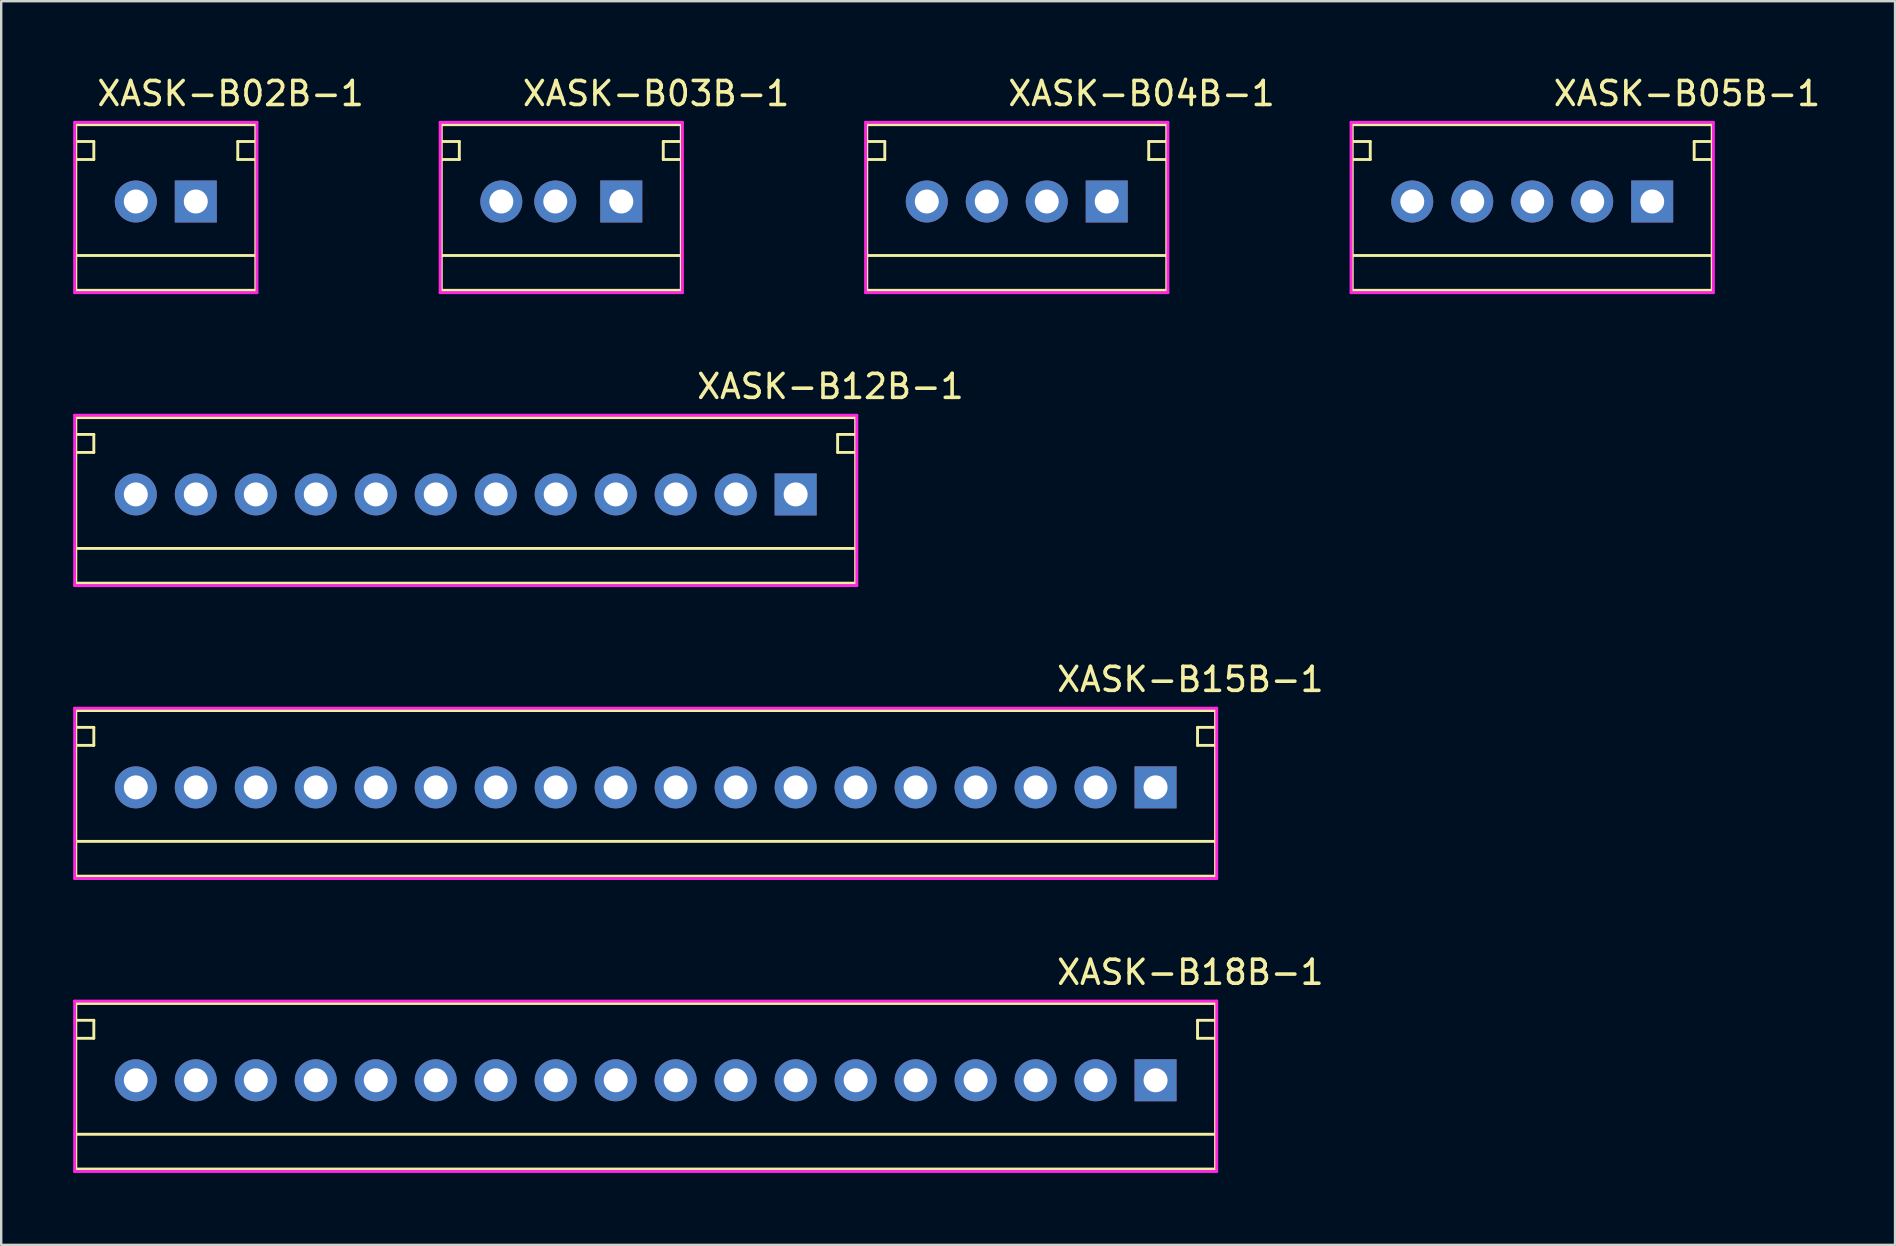
<source format=kicad_pcb>
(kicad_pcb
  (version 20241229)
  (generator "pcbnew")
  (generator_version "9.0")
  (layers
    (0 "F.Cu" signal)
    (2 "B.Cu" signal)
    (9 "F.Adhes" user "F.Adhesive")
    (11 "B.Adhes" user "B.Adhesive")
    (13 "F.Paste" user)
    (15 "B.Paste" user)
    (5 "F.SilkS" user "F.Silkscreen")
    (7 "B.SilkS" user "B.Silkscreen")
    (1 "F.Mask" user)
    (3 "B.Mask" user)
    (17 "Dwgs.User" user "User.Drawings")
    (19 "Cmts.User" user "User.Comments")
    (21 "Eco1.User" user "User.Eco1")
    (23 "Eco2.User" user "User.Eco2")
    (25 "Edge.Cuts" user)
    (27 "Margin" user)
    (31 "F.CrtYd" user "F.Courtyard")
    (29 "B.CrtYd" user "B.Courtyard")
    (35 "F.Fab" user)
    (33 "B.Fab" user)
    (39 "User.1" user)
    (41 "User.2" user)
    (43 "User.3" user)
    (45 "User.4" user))
  (footprint "XASK-B04B-1"
    (layer "F.Cu")
    (at 41.825 5.348)
    (property "Reference" "XASK-B04B-1" (at 2.7 -4.5 0) (layer "F.SilkS") (effects (font (size 1 1) (thickness 0.15))))
    (attr through_hole)
    (fp_line (start -8.75 -3.2) (end 3.75 -3.2) (stroke (width 0.12) (type solid)) (layer "F.SilkS"))
    (fp_line (start -8.75 -2.5) (end -8 -2.5) (stroke (width 0.12) (type solid)) (layer "F.SilkS"))
    (fp_line (start -8.75 2.25) (end 3.75 2.25) (stroke (width 0.12) (type solid)) (layer "F.SilkS"))
    (fp_line (start -8.75 3.7) (end -8.75 -3.2) (stroke (width 0.12) (type solid)) (layer "F.SilkS"))
    (fp_line (start -8.75 3.7) (end 3.75 3.7) (stroke (width 0.12) (type solid)) (layer "F.SilkS"))
    (fp_line (start -8 -2.5) (end -8 -1.75) (stroke (width 0.12) (type solid)) (layer "F.SilkS"))
    (fp_line (start -8 -1.75) (end -8.75 -1.75) (stroke (width 0.12) (type solid)) (layer "F.SilkS"))
    (fp_line (start 3 -2.5) (end 3 -1.75) (stroke (width 0.12) (type solid)) (layer "F.SilkS"))
    (fp_line (start 3 -1.75) (end 3.75 -1.75) (stroke (width 0.12) (type solid)) (layer "F.SilkS"))
    (fp_line (start 3.75 -2.5) (end 3 -2.5) (stroke (width 0.12) (type solid)) (layer "F.SilkS"))
    (fp_line (start 3.75 3.7) (end 3.75 -3.2) (stroke (width 0.12) (type solid)) (layer "F.SilkS"))
    (fp_line (start -8.8 -3.3) (end 3.8 -3.3) (stroke (width 0.12) (type solid)) (layer "F.CrtYd"))
    (fp_line (start -8.8 3.8) (end -8.8 -3.3) (stroke (width 0.12) (type solid)) (layer "F.CrtYd"))
    (fp_line (start 3.8 -3.3) (end 3.8 3.8) (stroke (width 0.12) (type solid)) (layer "F.CrtYd"))
    (fp_line (start 3.8 3.8) (end -8.8 3.8) (stroke (width 0.12) (type solid)) (layer "F.CrtYd"))
    (pad "1" thru_hole rect (at 1.25 0) (size 1.75 1.75) (drill 1) (layers "*.Cu" "*.Mask"))
    (pad "2" thru_hole circle (at -1.25 0) (size 1.75 1.75) (drill 1) (layers "*.Cu" "*.Mask"))
    (pad "3" thru_hole circle (at -3.75 0) (size 1.75 1.75) (drill 1) (layers "*.Cu" "*.Mask"))
    (pad "4" thru_hole circle (at -6.25 0) (size 1.75 1.75) (drill 1) (layers "*.Cu" "*.Mask")))
  (footprint "XASK-B12B-1"
    (layer "F.Cu")
    (at 28.86 17.556)
    (property "Reference" "XASK-B12B-1" (at 2.7 -4.5 0) (layer "F.SilkS") (effects (font (size 1 1) (thickness 0.15))))
    (attr through_hole)
    (fp_line (start -28.75 -3.2) (end 3.75 -3.2) (stroke (width 0.12) (type solid)) (layer "F.SilkS"))
    (fp_line (start -28.75 -2.5) (end -28 -2.5) (stroke (width 0.12) (type solid)) (layer "F.SilkS"))
    (fp_line (start -28.75 2.25) (end 3.75 2.25) (stroke (width 0.12) (type solid)) (layer "F.SilkS"))
    (fp_line (start -28.75 3.7) (end -28.75 -3.2) (stroke (width 0.12) (type solid)) (layer "F.SilkS"))
    (fp_line (start -28.75 3.7) (end 3.75 3.7) (stroke (width 0.12) (type solid)) (layer "F.SilkS"))
    (fp_line (start -28 -2.5) (end -28 -1.75) (stroke (width 0.12) (type solid)) (layer "F.SilkS"))
    (fp_line (start -28 -1.75) (end -28.75 -1.75) (stroke (width 0.12) (type solid)) (layer "F.SilkS"))
    (fp_line (start 3 -2.5) (end 3 -1.75) (stroke (width 0.12) (type solid)) (layer "F.SilkS"))
    (fp_line (start 3 -1.75) (end 3.75 -1.75) (stroke (width 0.12) (type solid)) (layer "F.SilkS"))
    (fp_line (start 3.75 -2.5) (end 3 -2.5) (stroke (width 0.12) (type solid)) (layer "F.SilkS"))
    (fp_line (start 3.75 3.7) (end 3.75 -3.2) (stroke (width 0.12) (type solid)) (layer "F.SilkS"))
    (fp_line (start -28.8 -3.3) (end 3.8 -3.3) (stroke (width 0.12) (type solid)) (layer "F.CrtYd"))
    (fp_line (start -28.8 3.8) (end -28.8 -3.3) (stroke (width 0.12) (type solid)) (layer "F.CrtYd"))
    (fp_line (start 3.8 -3.3) (end 3.8 3.8) (stroke (width 0.12) (type solid)) (layer "F.CrtYd"))
    (fp_line (start 3.8 3.8) (end -28.8 3.8) (stroke (width 0.12) (type solid)) (layer "F.CrtYd"))
    (pad "1" thru_hole rect (at 1.25 0) (size 1.75 1.75) (drill 1) (layers "*.Cu" "*.Mask"))
    (pad "2" thru_hole circle (at -1.25 0) (size 1.75 1.75) (drill 1) (layers "*.Cu" "*.Mask"))
    (pad "3" thru_hole circle (at -3.75 0) (size 1.75 1.75) (drill 1) (layers "*.Cu" "*.Mask"))
    (pad "4" thru_hole circle (at -6.25 0) (size 1.75 1.75) (drill 1) (layers "*.Cu" "*.Mask"))
    (pad "5" thru_hole circle (at -8.75 0) (size 1.75 1.75) (drill 1) (layers "*.Cu" "*.Mask"))
    (pad "6" thru_hole circle (at -11.25 0) (size 1.75 1.75) (drill 1) (layers "*.Cu" "*.Mask"))
    (pad "7" thru_hole circle (at -13.75 0) (size 1.75 1.75) (drill 1) (layers "*.Cu" "*.Mask"))
    (pad "8" thru_hole circle (at -16.25 0) (size 1.75 1.75) (drill 1) (layers "*.Cu" "*.Mask"))
    (pad "9" thru_hole circle (at -18.75 0) (size 1.75 1.75) (drill 1) (layers "*.Cu" "*.Mask"))
    (pad "10" thru_hole circle (at -21.25 0) (size 1.75 1.75) (drill 1) (layers "*.Cu" "*.Mask"))
    (pad "11" thru_hole circle (at -23.75 0) (size 1.75 1.75) (drill 1) (layers "*.Cu" "*.Mask"))
    (pad "12" thru_hole circle (at -26.25 0) (size 1.75 1.75) (drill 1) (layers "*.Cu" "*.Mask")))
  (footprint "XASK-B18B-1"
    (layer "F.Cu")
    (at 43.86 41.973)
    (property "Reference" "XASK-B18B-1" (at 2.7 -4.5 0) (layer "F.SilkS") (effects (font (size 1 1) (thickness 0.15))))
    (attr through_hole)
    (fp_line (start -43.75 -3.2) (end 3.75 -3.2) (stroke (width 0.12) (type solid)) (layer "F.SilkS"))
    (fp_line (start -43.75 -2.5) (end -43 -2.5) (stroke (width 0.12) (type solid)) (layer "F.SilkS"))
    (fp_line (start -43.75 2.25) (end 3.75 2.25) (stroke (width 0.12) (type solid)) (layer "F.SilkS"))
    (fp_line (start -43.75 3.7) (end -43.75 -3.2) (stroke (width 0.12) (type solid)) (layer "F.SilkS"))
    (fp_line (start -43.75 3.7) (end 3.75 3.7) (stroke (width 0.12) (type solid)) (layer "F.SilkS"))
    (fp_line (start -43 -2.5) (end -43 -1.75) (stroke (width 0.12) (type solid)) (layer "F.SilkS"))
    (fp_line (start -43 -1.75) (end -43.75 -1.75) (stroke (width 0.12) (type solid)) (layer "F.SilkS"))
    (fp_line (start 3 -2.5) (end 3 -1.75) (stroke (width 0.12) (type solid)) (layer "F.SilkS"))
    (fp_line (start 3 -1.75) (end 3.75 -1.75) (stroke (width 0.12) (type solid)) (layer "F.SilkS"))
    (fp_line (start 3.75 -2.5) (end 3 -2.5) (stroke (width 0.12) (type solid)) (layer "F.SilkS"))
    (fp_line (start 3.75 3.7) (end 3.75 -3.2) (stroke (width 0.12) (type solid)) (layer "F.SilkS"))
    (fp_line (start -43.8 -3.3) (end 3.8 -3.3) (stroke (width 0.12) (type solid)) (layer "F.CrtYd"))
    (fp_line (start -43.8 3.8) (end -43.8 -3.3) (stroke (width 0.12) (type solid)) (layer "F.CrtYd"))
    (fp_line (start 3.8 -3.3) (end 3.8 3.8) (stroke (width 0.12) (type solid)) (layer "F.CrtYd"))
    (fp_line (start 3.8 3.8) (end -43.8 3.8) (stroke (width 0.12) (type solid)) (layer "F.CrtYd"))
    (pad "1" thru_hole rect (at 1.25 0) (size 1.75 1.75) (drill 1) (layers "*.Cu" "*.Mask"))
    (pad "2" thru_hole circle (at -1.25 0) (size 1.75 1.75) (drill 1) (layers "*.Cu" "*.Mask"))
    (pad "3" thru_hole circle (at -3.75 0) (size 1.75 1.75) (drill 1) (layers "*.Cu" "*.Mask"))
    (pad "4" thru_hole circle (at -6.25 0) (size 1.75 1.75) (drill 1) (layers "*.Cu" "*.Mask"))
    (pad "5" thru_hole circle (at -8.75 0) (size 1.75 1.75) (drill 1) (layers "*.Cu" "*.Mask"))
    (pad "6" thru_hole circle (at -11.25 0) (size 1.75 1.75) (drill 1) (layers "*.Cu" "*.Mask"))
    (pad "7" thru_hole circle (at -13.75 0) (size 1.75 1.75) (drill 1) (layers "*.Cu" "*.Mask"))
    (pad "8" thru_hole circle (at -16.25 0) (size 1.75 1.75) (drill 1) (layers "*.Cu" "*.Mask"))
    (pad "9" thru_hole circle (at -18.75 0) (size 1.75 1.75) (drill 1) (layers "*.Cu" "*.Mask"))
    (pad "10" thru_hole circle (at -21.25 0) (size 1.75 1.75) (drill 1) (layers "*.Cu" "*.Mask"))
    (pad "11" thru_hole circle (at -23.75 0) (size 1.75 1.75) (drill 1) (layers "*.Cu" "*.Mask"))
    (pad "12" thru_hole circle (at -26.25 0) (size 1.75 1.75) (drill 1) (layers "*.Cu" "*.Mask"))
    (pad "13" thru_hole circle (at -28.75 0) (size 1.75 1.75) (drill 1) (layers "*.Cu" "*.Mask"))
    (pad "14" thru_hole circle (at -31.25 0) (size 1.75 1.75) (drill 1) (layers "*.Cu" "*.Mask"))
    (pad "15" thru_hole circle (at -33.75 0) (size 1.75 1.75) (drill 1) (layers "*.Cu" "*.Mask"))
    (pad "16" thru_hole circle (at -36.25 0) (size 1.75 1.75) (drill 1) (layers "*.Cu" "*.Mask"))
    (pad "17" thru_hole circle (at -38.75 0) (size 1.75 1.75) (drill 1) (layers "*.Cu" "*.Mask"))
    (pad "18" thru_hole circle (at -41.25 0) (size 1.75 1.75) (drill 1) (layers "*.Cu" "*.Mask")))
  (footprint "XASK-B15B-1"
    (layer "F.Cu")
    (at 43.86 29.765)
    (property "Reference" "XASK-B15B-1" (at 2.7 -4.5 0) (layer "F.SilkS") (effects (font (size 1 1) (thickness 0.15))))
    (attr through_hole)
    (fp_line (start -43.75 -3.2) (end 3.75 -3.2) (stroke (width 0.12) (type solid)) (layer "F.SilkS"))
    (fp_line (start -43.75 -2.5) (end -43 -2.5) (stroke (width 0.12) (type solid)) (layer "F.SilkS"))
    (fp_line (start -43.75 2.25) (end 3.75 2.25) (stroke (width 0.12) (type solid)) (layer "F.SilkS"))
    (fp_line (start -43.75 3.7) (end -43.75 -3.2) (stroke (width 0.12) (type solid)) (layer "F.SilkS"))
    (fp_line (start -43.75 3.7) (end 3.75 3.7) (stroke (width 0.12) (type solid)) (layer "F.SilkS"))
    (fp_line (start -43 -2.5) (end -43 -1.75) (stroke (width 0.12) (type solid)) (layer "F.SilkS"))
    (fp_line (start -43 -1.75) (end -43.75 -1.75) (stroke (width 0.12) (type solid)) (layer "F.SilkS"))
    (fp_line (start 3 -2.5) (end 3 -1.75) (stroke (width 0.12) (type solid)) (layer "F.SilkS"))
    (fp_line (start 3 -1.75) (end 3.75 -1.75) (stroke (width 0.12) (type solid)) (layer "F.SilkS"))
    (fp_line (start 3.75 -2.5) (end 3 -2.5) (stroke (width 0.12) (type solid)) (layer "F.SilkS"))
    (fp_line (start 3.75 3.7) (end 3.75 -3.2) (stroke (width 0.12) (type solid)) (layer "F.SilkS"))
    (fp_line (start -43.8 -3.3) (end 3.8 -3.3) (stroke (width 0.12) (type solid)) (layer "F.CrtYd"))
    (fp_line (start -43.8 3.8) (end -43.8 -3.3) (stroke (width 0.12) (type solid)) (layer "F.CrtYd"))
    (fp_line (start 3.8 -3.3) (end 3.8 3.8) (stroke (width 0.12) (type solid)) (layer "F.CrtYd"))
    (fp_line (start 3.8 3.8) (end -43.8 3.8) (stroke (width 0.12) (type solid)) (layer "F.CrtYd"))
    (pad "1" thru_hole rect (at 1.25 0) (size 1.75 1.75) (drill 1) (layers "*.Cu" "*.Mask"))
    (pad "2" thru_hole circle (at -1.25 0) (size 1.75 1.75) (drill 1) (layers "*.Cu" "*.Mask"))
    (pad "3" thru_hole circle (at -3.75 0) (size 1.75 1.75) (drill 1) (layers "*.Cu" "*.Mask"))
    (pad "4" thru_hole circle (at -6.25 0) (size 1.75 1.75) (drill 1) (layers "*.Cu" "*.Mask"))
    (pad "5" thru_hole circle (at -8.75 0) (size 1.75 1.75) (drill 1) (layers "*.Cu" "*.Mask"))
    (pad "6" thru_hole circle (at -11.25 0) (size 1.75 1.75) (drill 1) (layers "*.Cu" "*.Mask"))
    (pad "7" thru_hole circle (at -13.75 0) (size 1.75 1.75) (drill 1) (layers "*.Cu" "*.Mask"))
    (pad "8" thru_hole circle (at -16.25 0) (size 1.75 1.75) (drill 1) (layers "*.Cu" "*.Mask"))
    (pad "9" thru_hole circle (at -18.75 0) (size 1.75 1.75) (drill 1) (layers "*.Cu" "*.Mask"))
    (pad "10" thru_hole circle (at -21.25 0) (size 1.75 1.75) (drill 1) (layers "*.Cu" "*.Mask"))
    (pad "11" thru_hole circle (at -23.75 0) (size 1.75 1.75) (drill 1) (layers "*.Cu" "*.Mask"))
    (pad "12" thru_hole circle (at -26.25 0) (size 1.75 1.75) (drill 1) (layers "*.Cu" "*.Mask"))
    (pad "13" thru_hole circle (at -28.75 0) (size 1.75 1.75) (drill 1) (layers "*.Cu" "*.Mask"))
    (pad "14" thru_hole circle (at -31.25 0) (size 1.75 1.75) (drill 1) (layers "*.Cu" "*.Mask"))
    (pad "15" thru_hole circle (at -33.75 0) (size 1.75 1.75) (drill 1) (layers "*.Cu" "*.Mask"))
    (pad "16" thru_hole circle (at -36.25 0) (size 1.75 1.75) (drill 1) (layers "*.Cu" "*.Mask"))
    (pad "17" thru_hole circle (at -38.75 0) (size 1.75 1.75) (drill 1) (layers "*.Cu" "*.Mask"))
    (pad "18" thru_hole circle (at -41.25 0) (size 1.75 1.75) (drill 1) (layers "*.Cu" "*.Mask")))
  (footprint "XASK-B02B-1"
    (layer "F.Cu")
    (at 3.86 5.348)
    (property "Reference" "XASK-B02B-1" (at 2.7 -4.5 0) (layer "F.SilkS") (effects (font (size 1 1) (thickness 0.15))))
    (attr through_hole)
    (fp_line (start -3.75 -3.2) (end 3.75 -3.2) (stroke (width 0.12) (type solid)) (layer "F.SilkS"))
    (fp_line (start -3.75 -2.5) (end -3 -2.5) (stroke (width 0.12) (type solid)) (layer "F.SilkS"))
    (fp_line (start -3.75 2.25) (end 3.75 2.25) (stroke (width 0.12) (type solid)) (layer "F.SilkS"))
    (fp_line (start -3.75 3.7) (end -3.75 -3.2) (stroke (width 0.12) (type solid)) (layer "F.SilkS"))
    (fp_line (start -3.75 3.7) (end 3.75 3.7) (stroke (width 0.12) (type solid)) (layer "F.SilkS"))
    (fp_line (start -3 -2.5) (end -3 -1.75) (stroke (width 0.12) (type solid)) (layer "F.SilkS"))
    (fp_line (start -3 -1.75) (end -3.75 -1.75) (stroke (width 0.12) (type solid)) (layer "F.SilkS"))
    (fp_line (start 3 -2.5) (end 3 -1.75) (stroke (width 0.12) (type solid)) (layer "F.SilkS"))
    (fp_line (start 3 -1.75) (end 3.75 -1.75) (stroke (width 0.12) (type solid)) (layer "F.SilkS"))
    (fp_line (start 3.75 -2.5) (end 3 -2.5) (stroke (width 0.12) (type solid)) (layer "F.SilkS"))
    (fp_line (start 3.75 3.7) (end 3.75 -3.2) (stroke (width 0.12) (type solid)) (layer "F.SilkS"))
    (fp_line (start -3.8 -3.3) (end 3.8 -3.3) (stroke (width 0.12) (type solid)) (layer "F.CrtYd"))
    (fp_line (start -3.8 3.8) (end -3.8 -3.3) (stroke (width 0.12) (type solid)) (layer "F.CrtYd"))
    (fp_line (start 3.8 -3.3) (end 3.8 3.8) (stroke (width 0.12) (type solid)) (layer "F.CrtYd"))
    (fp_line (start 3.8 3.8) (end -3.8 3.8) (stroke (width 0.12) (type solid)) (layer "F.CrtYd"))
    (pad "1" thru_hole rect (at 1.25 0) (size 1.75 1.75) (drill 1) (layers "*.Cu" "*.Mask"))
    (pad "2" thru_hole circle (at -1.25 0) (size 1.75 1.75) (drill 1) (layers "*.Cu" "*.Mask")))
  (footprint "XASK-B03B-1"
    (layer "F.Cu")
    (at 21.593 5.348)
    (property "Reference" "XASK-B03B-1" (at 2.7 -4.5 0) (layer "F.SilkS") (effects (font (size 1 1) (thickness 0.15))))
    (attr through_hole)
    (fp_line (start -6.25 -3.2) (end 3.75 -3.2) (stroke (width 0.12) (type solid)) (layer "F.SilkS"))
    (fp_line (start -6.25 -2.5) (end -5.5 -2.5) (stroke (width 0.12) (type solid)) (layer "F.SilkS"))
    (fp_line (start -6.25 2.25) (end 3.75 2.25) (stroke (width 0.12) (type solid)) (layer "F.SilkS"))
    (fp_line (start -6.25 3.7) (end -6.25 -3.2) (stroke (width 0.12) (type solid)) (layer "F.SilkS"))
    (fp_line (start -6.25 3.7) (end 3.75 3.7) (stroke (width 0.12) (type solid)) (layer "F.SilkS"))
    (fp_line (start -5.5 -2.5) (end -5.5 -1.75) (stroke (width 0.12) (type solid)) (layer "F.SilkS"))
    (fp_line (start -5.5 -1.75) (end -6.25 -1.75) (stroke (width 0.12) (type solid)) (layer "F.SilkS"))
    (fp_line (start 3 -2.5) (end 3 -1.75) (stroke (width 0.12) (type solid)) (layer "F.SilkS"))
    (fp_line (start 3 -1.75) (end 3.75 -1.75) (stroke (width 0.12) (type solid)) (layer "F.SilkS"))
    (fp_line (start 3.75 -2.5) (end 3 -2.5) (stroke (width 0.12) (type solid)) (layer "F.SilkS"))
    (fp_line (start 3.75 3.7) (end 3.75 -3.2) (stroke (width 0.12) (type solid)) (layer "F.SilkS"))
    (fp_line (start -6.3 -3.3) (end 3.8 -3.3) (stroke (width 0.12) (type solid)) (layer "F.CrtYd"))
    (fp_line (start -6.3 3.8) (end -6.3 -3.3) (stroke (width 0.12) (type solid)) (layer "F.CrtYd"))
    (fp_line (start 3.8 -3.3) (end 3.8 3.8) (stroke (width 0.12) (type solid)) (layer "F.CrtYd"))
    (fp_line (start 3.8 3.8) (end -6.3 3.8) (stroke (width 0.12) (type solid)) (layer "F.CrtYd"))
    (pad "1" thru_hole rect (at 1.25 0) (size 1.75 1.75) (drill 1) (layers "*.Cu" "*.Mask"))
    (pad "2" thru_hole circle (at -1.5 0) (size 1.75 1.75) (drill 1) (layers "*.Cu" "*.Mask"))
    (pad "3" thru_hole circle (at -3.75 0) (size 1.75 1.75) (drill 1) (layers "*.Cu" "*.Mask")))
  (footprint "XASK-B05B-1"
    (layer "F.Cu")
    (at 64.558 5.348)
    (property "Reference" "XASK-B05B-1" (at 2.7 -4.5 0) (layer "F.SilkS") (effects (font (size 1 1) (thickness 0.15))))
    (attr through_hole)
    (fp_line (start -11.25 -3.2) (end 3.75 -3.2) (stroke (width 0.12) (type solid)) (layer "F.SilkS"))
    (fp_line (start -11.25 -2.5) (end -10.5 -2.5) (stroke (width 0.12) (type solid)) (layer "F.SilkS"))
    (fp_line (start -11.25 2.25) (end 3.75 2.25) (stroke (width 0.12) (type solid)) (layer "F.SilkS"))
    (fp_line (start -11.25 3.7) (end -11.25 -3.2) (stroke (width 0.12) (type solid)) (layer "F.SilkS"))
    (fp_line (start -11.25 3.7) (end 3.75 3.7) (stroke (width 0.12) (type solid)) (layer "F.SilkS"))
    (fp_line (start -10.5 -2.5) (end -10.5 -1.75) (stroke (width 0.12) (type solid)) (layer "F.SilkS"))
    (fp_line (start -10.5 -1.75) (end -11.25 -1.75) (stroke (width 0.12) (type solid)) (layer "F.SilkS"))
    (fp_line (start 3 -2.5) (end 3 -1.75) (stroke (width 0.12) (type solid)) (layer "F.SilkS"))
    (fp_line (start 3 -1.75) (end 3.75 -1.75) (stroke (width 0.12) (type solid)) (layer "F.SilkS"))
    (fp_line (start 3.75 -2.5) (end 3 -2.5) (stroke (width 0.12) (type solid)) (layer "F.SilkS"))
    (fp_line (start 3.75 3.7) (end 3.75 -3.2) (stroke (width 0.12) (type solid)) (layer "F.SilkS"))
    (fp_line (start -11.3 -3.3) (end 3.8 -3.3) (stroke (width 0.12) (type solid)) (layer "F.CrtYd"))
    (fp_line (start -11.3 3.8) (end -11.3 -3.3) (stroke (width 0.12) (type solid)) (layer "F.CrtYd"))
    (fp_line (start 3.8 -3.3) (end 3.8 3.8) (stroke (width 0.12) (type solid)) (layer "F.CrtYd"))
    (fp_line (start 3.8 3.8) (end -11.3 3.8) (stroke (width 0.12) (type solid)) (layer "F.CrtYd"))
    (pad "1" thru_hole rect (at 1.25 0) (size 1.75 1.75) (drill 1) (layers "*.Cu" "*.Mask"))
    (pad "2" thru_hole circle (at -1.25 0) (size 1.75 1.75) (drill 1) (layers "*.Cu" "*.Mask"))
    (pad "3" thru_hole circle (at -3.75 0) (size 1.75 1.75) (drill 1) (layers "*.Cu" "*.Mask"))
    (pad "4" thru_hole circle (at -6.25 0) (size 1.75 1.75) (drill 1) (layers "*.Cu" "*.Mask"))
    (pad "5" thru_hole circle (at -8.75 0) (size 1.75 1.75) (drill 1) (layers "*.Cu" "*.Mask")))
  (gr_rect
    (start -3 -3)
    (end 75.93 48.833)
    (stroke (width 0.1) (type default))
    (fill no)
    (layer "Edge.Cuts")))
</source>
